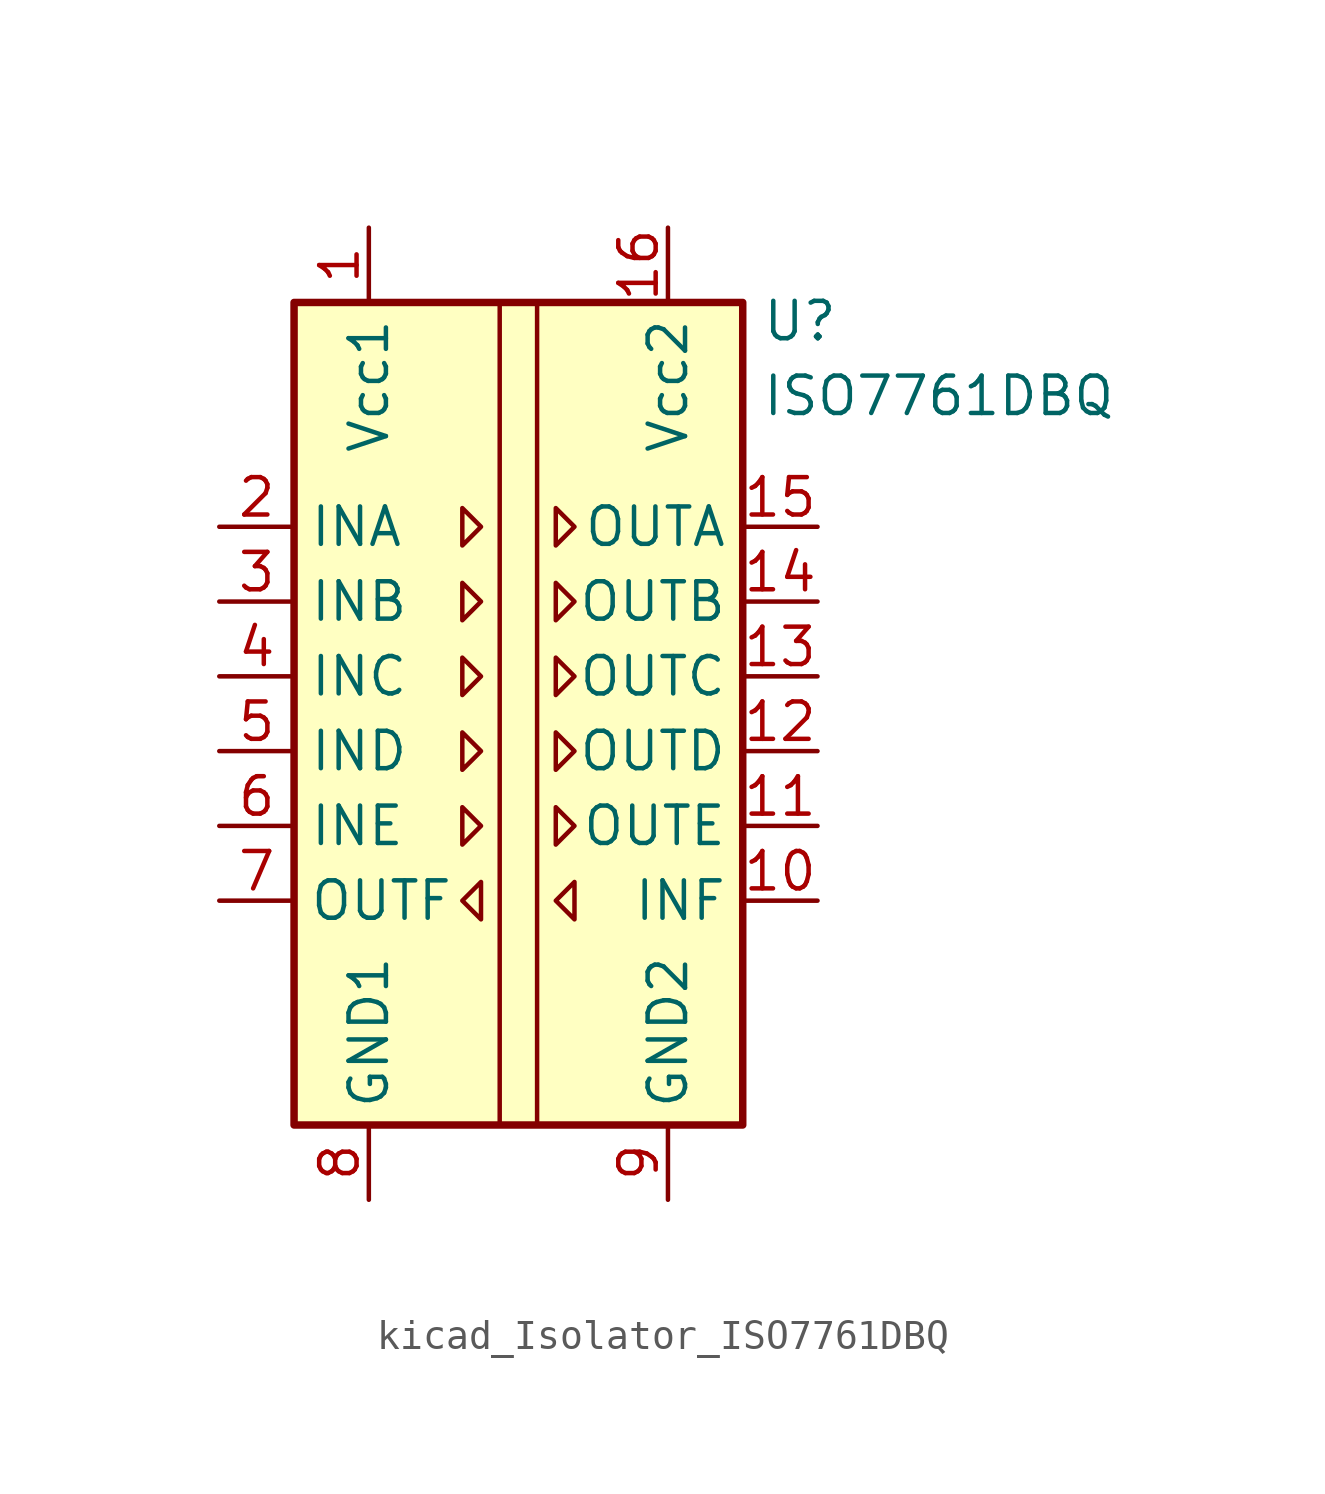
<source format=kicad_sym>
(kicad_symbol_lib
  (version 20220914)
  (generator kicad_symbol_editor)
  (symbol "kicad_Isolator_ISO7761DBQ"
    (property "Reference" "U"
      (at 8.255 14.605 0)
      (effects (font (size 1.27 1.27)) (justify left)))
    (property "Value" "ISO7761DBQ"
      (at 8.255 12.065 0)
      (effects (font (size 1.27 1.27)) (justify left)))
    (symbol "kicad_Isolator_ISO7761DBQ_0_1"
      (rectangle (start -7.62 15.24) (end 7.62 -12.7) (stroke (width 0.254) (type default)) (fill (type background)))
      (polyline (pts (xy -0.635 15.24) (xy -0.635 -12.7)) (stroke (width 0) (type default)) (fill (type none)))
      (polyline (pts (xy 0.635 15.24) (xy 0.635 -12.7)) (stroke (width 0) (type default)) (fill (type none)))
      (polyline (pts (xy -1.905 8.255) (xy -1.27 7.62) (xy -1.905 6.985) (xy -1.905 8.255)) (stroke (width 0) (type default)) (fill (type none)))
      (polyline (pts (xy 1.27 8.255) (xy 1.905 7.62) (xy 1.27 6.985) (xy 1.27 8.255)) (stroke (width 0) (type default)) (fill (type none))))
    (symbol "kicad_Isolator_ISO7761DBQ_1_1"
      (polyline (pts (xy -1.905 -1.905) (xy -1.27 -2.54) (xy -1.905 -3.175) (xy -1.905 -1.905)) (stroke (width 0) (type default)) (fill (type none)))
      (polyline (pts (xy -1.905 0.635) (xy -1.27 0) (xy -1.905 -0.635) (xy -1.905 0.635)) (stroke (width 0) (type default)) (fill (type none)))
      (polyline (pts (xy -1.905 3.175) (xy -1.27 2.54) (xy -1.905 1.905) (xy -1.905 3.175)) (stroke (width 0) (type default)) (fill (type none)))
      (polyline (pts (xy -1.905 5.715) (xy -1.27 5.08) (xy -1.905 4.445) (xy -1.905 5.715)) (stroke (width 0) (type default)) (fill (type none)))
      (polyline (pts (xy -1.27 -4.445) (xy -1.905 -5.08) (xy -1.27 -5.715) (xy -1.27 -4.445)) (stroke (width 0) (type default)) (fill (type none)))
      (polyline (pts (xy 1.27 -1.905) (xy 1.905 -2.54) (xy 1.27 -3.175) (xy 1.27 -1.905)) (stroke (width 0) (type default)) (fill (type none)))
      (polyline (pts (xy 1.27 0.635) (xy 1.905 0) (xy 1.27 -0.635) (xy 1.27 0.635)) (stroke (width 0) (type default)) (fill (type none)))
      (polyline (pts (xy 1.27 3.175) (xy 1.905 2.54) (xy 1.27 1.905) (xy 1.27 3.175)) (stroke (width 0) (type default)) (fill (type none)))
      (polyline (pts (xy 1.27 5.715) (xy 1.905 5.08) (xy 1.27 4.445) (xy 1.27 5.715)) (stroke (width 0) (type default)) (fill (type none)))
      (polyline (pts (xy 1.905 -4.445) (xy 1.27 -5.08) (xy 1.905 -5.715) (xy 1.905 -4.445)) (stroke (width 0) (type default)) (fill (type none)))
      (pin power_in line (at -5.08 17.78 270) (length 2.54) (name "Vcc1" (effects (font (size 1.27 1.27)))) (number "1" (effects (font (size 1.27 1.27)))))
      (pin input line (at 10.16 -5.08 180) (length 2.54) (name "INF" (effects (font (size 1.27 1.27)))) (number "10" (effects (font (size 1.27 1.27)))))
      (pin output line (at 10.16 -2.54 180) (length 2.54) (name "OUTE" (effects (font (size 1.27 1.27)))) (number "11" (effects (font (size 1.27 1.27)))))
      (pin output line (at 10.16 0 180) (length 2.54) (name "OUTD" (effects (font (size 1.27 1.27)))) (number "12" (effects (font (size 1.27 1.27)))))
      (pin output line (at 10.16 2.54 180) (length 2.54) (name "OUTC" (effects (font (size 1.27 1.27)))) (number "13" (effects (font (size 1.27 1.27)))))
      (pin output line (at 10.16 5.08 180) (length 2.54) (name "OUTB" (effects (font (size 1.27 1.27)))) (number "14" (effects (font (size 1.27 1.27)))))
      (pin output line (at 10.16 7.62 180) (length 2.54) (name "OUTA" (effects (font (size 1.27 1.27)))) (number "15" (effects (font (size 1.27 1.27)))))
      (pin power_in line (at 5.08 17.78 270) (length 2.54) (name "Vcc2" (effects (font (size 1.27 1.27)))) (number "16" (effects (font (size 1.27 1.27)))))
      (pin input line (at -10.16 7.62 0) (length 2.54) (name "INA" (effects (font (size 1.27 1.27)))) (number "2" (effects (font (size 1.27 1.27)))))
      (pin input line (at -10.16 5.08 0) (length 2.54) (name "INB" (effects (font (size 1.27 1.27)))) (number "3" (effects (font (size 1.27 1.27)))))
      (pin input line (at -10.16 2.54 0) (length 2.54) (name "INC" (effects (font (size 1.27 1.27)))) (number "4" (effects (font (size 1.27 1.27)))))
      (pin input line (at -10.16 0 0) (length 2.54) (name "IND" (effects (font (size 1.27 1.27)))) (number "5" (effects (font (size 1.27 1.27)))))
      (pin input line (at -10.16 -2.54 0) (length 2.54) (name "INE" (effects (font (size 1.27 1.27)))) (number "6" (effects (font (size 1.27 1.27)))))
      (pin output line (at -10.16 -5.08 0) (length 2.54) (name "OUTF" (effects (font (size 1.27 1.27)))) (number "7" (effects (font (size 1.27 1.27)))))
      (pin power_in line (at -5.08 -15.24 90) (length 2.54) (name "GND1" (effects (font (size 1.27 1.27)))) (number "8" (effects (font (size 1.27 1.27)))))
      (pin power_in line (at 5.08 -15.24 90) (length 2.54) (name "GND2" (effects (font (size 1.27 1.27)))) (number "9" (effects (font (size 1.27 1.27))))))))
</source>
